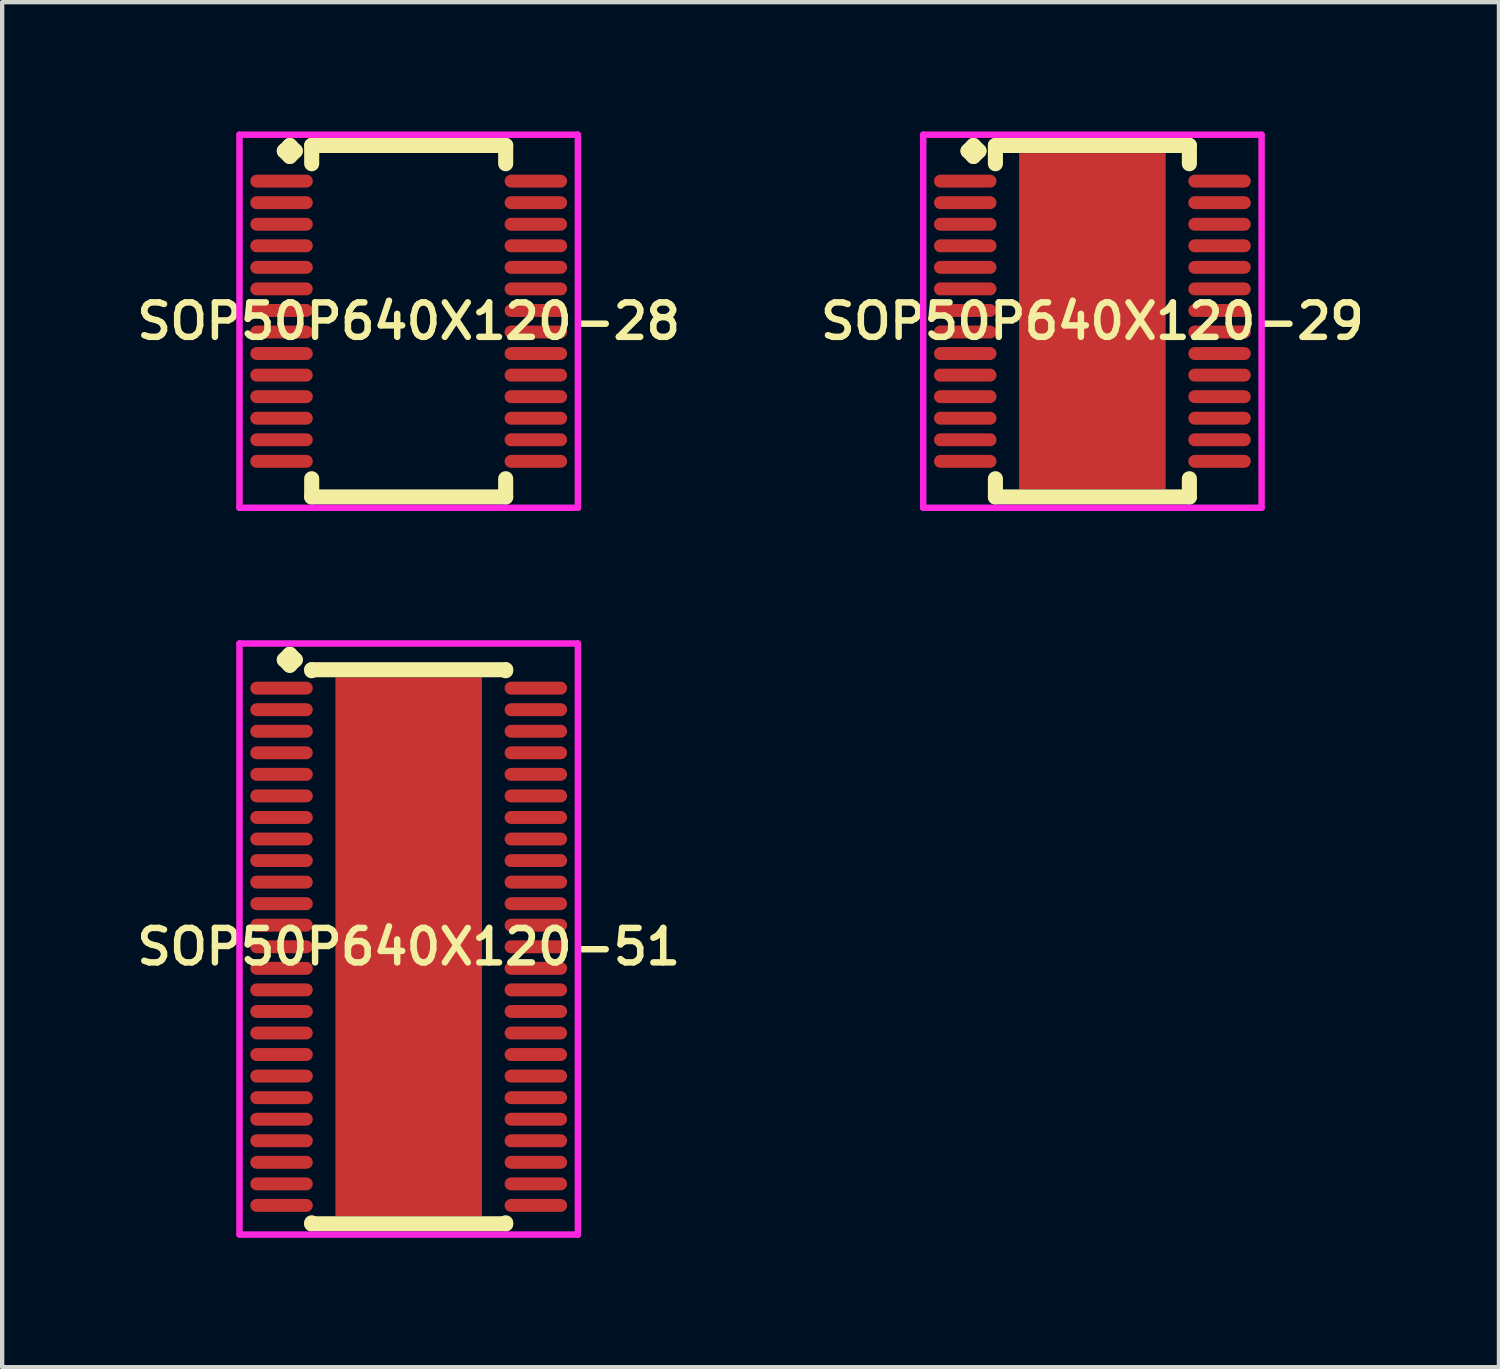
<source format=kicad_pcb>
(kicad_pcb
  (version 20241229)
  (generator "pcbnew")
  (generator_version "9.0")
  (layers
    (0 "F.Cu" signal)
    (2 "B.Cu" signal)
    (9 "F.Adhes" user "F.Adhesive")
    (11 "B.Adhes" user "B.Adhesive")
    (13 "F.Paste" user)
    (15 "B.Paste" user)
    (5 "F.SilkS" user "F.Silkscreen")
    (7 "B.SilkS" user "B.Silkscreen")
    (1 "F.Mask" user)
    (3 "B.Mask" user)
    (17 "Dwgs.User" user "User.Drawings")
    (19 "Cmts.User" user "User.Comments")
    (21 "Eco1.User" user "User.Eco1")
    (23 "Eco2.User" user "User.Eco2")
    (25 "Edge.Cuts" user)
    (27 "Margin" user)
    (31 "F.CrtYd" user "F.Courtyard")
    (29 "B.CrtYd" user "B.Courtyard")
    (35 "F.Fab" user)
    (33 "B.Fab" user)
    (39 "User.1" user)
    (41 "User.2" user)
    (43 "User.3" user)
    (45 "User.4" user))
  (footprint "SOP50P640X120-29"
    (layer "F.Cu")
    (at 22.292 4.402)
    (property "Reference" "SOP50P640X120-29" (at 0 0 0) (layer "F.SilkS") (effects (font (size 0.8 0.8) (thickness 0.15))))
    (attr smd)
    (fp_line (start -2.885 -3.95) (end -2.758 -4.077) (stroke (width 0.35) (type solid)) (layer "F.SilkS"))
    (fp_line (start -2.758 -4.077) (end -2.631 -3.95) (stroke (width 0.35) (type solid)) (layer "F.SilkS"))
    (fp_line (start -2.758 -3.823) (end -2.885 -3.95) (stroke (width 0.35) (type solid)) (layer "F.SilkS"))
    (fp_line (start -2.631 -3.95) (end -2.758 -3.823) (stroke (width 0.35) (type solid)) (layer "F.SilkS"))
    (fp_line (start -2.25 -4.077) (end 2.25 -4.077) (stroke (width 0.35) (type solid)) (layer "F.SilkS"))
    (fp_line (start -2.25 -3.654) (end -2.25 -4.077) (stroke (width 0.35) (type solid)) (layer "F.SilkS"))
    (fp_line (start -2.25 3.654) (end -2.25 4.077) (stroke (width 0.35) (type solid)) (layer "F.SilkS"))
    (fp_line (start -2.25 4.077) (end 2.25 4.077) (stroke (width 0.35) (type solid)) (layer "F.SilkS"))
    (fp_line (start 2.25 -4.077) (end 2.25 -3.654) (stroke (width 0.35) (type solid)) (layer "F.SilkS"))
    (fp_line (start 2.25 4.077) (end 2.25 3.654) (stroke (width 0.35) (type solid)) (layer "F.SilkS"))
    (fp_line (start -3.925 -4.327) (end 3.925 -4.327) (stroke (width 0.15) (type solid)) (layer "F.CrtYd"))
    (fp_line (start -3.925 4.327) (end -3.925 -4.327) (stroke (width 0.15) (type solid)) (layer "F.CrtYd"))
    (fp_line (start 3.925 -4.327) (end 3.925 4.327) (stroke (width 0.15) (type solid)) (layer "F.CrtYd"))
    (fp_line (start 3.925 4.327) (end -3.925 4.327) (stroke (width 0.15) (type solid)) (layer "F.CrtYd"))
    (pad "1" smd oval (at -2.95 -3.25) (size 1.45 0.3) (layers "F.Cu" "F.Mask" "F.Paste"))
    (pad "2" smd oval (at -2.95 -2.75) (size 1.45 0.3) (layers "F.Cu" "F.Mask" "F.Paste"))
    (pad "3" smd oval (at -2.95 -2.25) (size 1.45 0.3) (layers "F.Cu" "F.Mask" "F.Paste"))
    (pad "4" smd oval (at -2.95 -1.75) (size 1.45 0.3) (layers "F.Cu" "F.Mask" "F.Paste"))
    (pad "5" smd oval (at -2.95 -1.25) (size 1.45 0.3) (layers "F.Cu" "F.Mask" "F.Paste"))
    (pad "6" smd oval (at -2.95 -0.75) (size 1.45 0.3) (layers "F.Cu" "F.Mask" "F.Paste"))
    (pad "7" smd oval (at -2.95 -0.25) (size 1.45 0.3) (layers "F.Cu" "F.Mask" "F.Paste"))
    (pad "8" smd oval (at -2.95 0.25) (size 1.45 0.3) (layers "F.Cu" "F.Mask" "F.Paste"))
    (pad "9" smd oval (at -2.95 0.75) (size 1.45 0.3) (layers "F.Cu" "F.Mask" "F.Paste"))
    (pad "10" smd oval (at -2.95 1.25) (size 1.45 0.3) (layers "F.Cu" "F.Mask" "F.Paste"))
    (pad "11" smd oval (at -2.95 1.75) (size 1.45 0.3) (layers "F.Cu" "F.Mask" "F.Paste"))
    (pad "12" smd oval (at -2.95 2.25) (size 1.45 0.3) (layers "F.Cu" "F.Mask" "F.Paste"))
    (pad "13" smd oval (at -2.95 2.75) (size 1.45 0.3) (layers "F.Cu" "F.Mask" "F.Paste"))
    (pad "14" smd oval (at -2.95 3.25) (size 1.45 0.3) (layers "F.Cu" "F.Mask" "F.Paste"))
    (pad "15" smd oval (at 2.95 3.25) (size 1.45 0.3) (layers "F.Cu" "F.Mask" "F.Paste"))
    (pad "16" smd oval (at 2.95 2.75) (size 1.45 0.3) (layers "F.Cu" "F.Mask" "F.Paste"))
    (pad "17" smd oval (at 2.95 2.25) (size 1.45 0.3) (layers "F.Cu" "F.Mask" "F.Paste"))
    (pad "18" smd oval (at 2.95 1.75) (size 1.45 0.3) (layers "F.Cu" "F.Mask" "F.Paste"))
    (pad "19" smd oval (at 2.95 1.25) (size 1.45 0.3) (layers "F.Cu" "F.Mask" "F.Paste"))
    (pad "20" smd oval (at 2.95 0.75) (size 1.45 0.3) (layers "F.Cu" "F.Mask" "F.Paste"))
    (pad "21" smd oval (at 2.95 0.25) (size 1.45 0.3) (layers "F.Cu" "F.Mask" "F.Paste"))
    (pad "22" smd oval (at 2.95 -0.25) (size 1.45 0.3) (layers "F.Cu" "F.Mask" "F.Paste"))
    (pad "23" smd oval (at 2.95 -0.75) (size 1.45 0.3) (layers "F.Cu" "F.Mask" "F.Paste"))
    (pad "24" smd oval (at 2.95 -1.25) (size 1.45 0.3) (layers "F.Cu" "F.Mask" "F.Paste"))
    (pad "25" smd oval (at 2.95 -1.75) (size 1.45 0.3) (layers "F.Cu" "F.Mask" "F.Paste"))
    (pad "26" smd oval (at 2.95 -2.25) (size 1.45 0.3) (layers "F.Cu" "F.Mask" "F.Paste"))
    (pad "27" smd oval (at 2.95 -2.75) (size 1.45 0.3) (layers "F.Cu" "F.Mask" "F.Paste"))
    (pad "28" smd oval (at 2.95 -3.25) (size 1.45 0.3) (layers "F.Cu" "F.Mask" "F.Paste"))
    (pad "29" smd rect (at 0 0) (size 3.4 7.8) (layers "F.Cu" "F.Mask" "F.Paste")))
  (footprint "SOP50P640X120-51"
    (layer "F.Cu")
    (at 6.431 18.914)
    (property "Reference" "SOP50P640X120-51" (at 0 0 0) (layer "F.SilkS") (effects (font (size 0.8 0.8) (thickness 0.15))))
    (attr smd)
    (fp_line (start -2.885 -6.658) (end -2.758 -6.785) (stroke (width 0.35) (type solid)) (layer "F.SilkS"))
    (fp_line (start -2.758 -6.785) (end -2.631 -6.658) (stroke (width 0.35) (type solid)) (layer "F.SilkS"))
    (fp_line (start -2.758 -6.531) (end -2.885 -6.658) (stroke (width 0.35) (type solid)) (layer "F.SilkS"))
    (fp_line (start -2.631 -6.658) (end -2.758 -6.531) (stroke (width 0.35) (type solid)) (layer "F.SilkS"))
    (fp_line (start -2.25 -6.427) (end 2.25 -6.427) (stroke (width 0.35) (type solid)) (layer "F.SilkS"))
    (fp_line (start -2.25 -6.404) (end -2.25 -6.427) (stroke (width 0.35) (type solid)) (layer "F.SilkS"))
    (fp_line (start -2.25 6.404) (end -2.25 6.427) (stroke (width 0.35) (type solid)) (layer "F.SilkS"))
    (fp_line (start -2.25 6.427) (end 2.25 6.427) (stroke (width 0.35) (type solid)) (layer "F.SilkS"))
    (fp_line (start 2.25 -6.427) (end 2.25 -6.404) (stroke (width 0.35) (type solid)) (layer "F.SilkS"))
    (fp_line (start 2.25 6.427) (end 2.25 6.404) (stroke (width 0.35) (type solid)) (layer "F.SilkS"))
    (fp_line (start -3.925 -7.035) (end 3.925 -7.035) (stroke (width 0.15) (type solid)) (layer "F.CrtYd"))
    (fp_line (start -3.925 6.677) (end -3.925 -7.035) (stroke (width 0.15) (type solid)) (layer "F.CrtYd"))
    (fp_line (start 3.925 -7.035) (end 3.925 6.677) (stroke (width 0.15) (type solid)) (layer "F.CrtYd"))
    (fp_line (start 3.925 6.677) (end -3.925 6.677) (stroke (width 0.15) (type solid)) (layer "F.CrtYd"))
    (pad "1" smd oval (at -2.95 -6) (size 1.45 0.3) (layers "F.Cu" "F.Mask" "F.Paste"))
    (pad "2" smd oval (at -2.95 -5.5) (size 1.45 0.3) (layers "F.Cu" "F.Mask" "F.Paste"))
    (pad "3" smd oval (at -2.95 -5) (size 1.45 0.3) (layers "F.Cu" "F.Mask" "F.Paste"))
    (pad "4" smd oval (at -2.95 -4.5) (size 1.45 0.3) (layers "F.Cu" "F.Mask" "F.Paste"))
    (pad "5" smd oval (at -2.95 -4) (size 1.45 0.3) (layers "F.Cu" "F.Mask" "F.Paste"))
    (pad "6" smd oval (at -2.95 -3.5) (size 1.45 0.3) (layers "F.Cu" "F.Mask" "F.Paste"))
    (pad "7" smd oval (at -2.95 -3) (size 1.45 0.3) (layers "F.Cu" "F.Mask" "F.Paste"))
    (pad "8" smd oval (at -2.95 -2.5) (size 1.45 0.3) (layers "F.Cu" "F.Mask" "F.Paste"))
    (pad "9" smd oval (at -2.95 -2) (size 1.45 0.3) (layers "F.Cu" "F.Mask" "F.Paste"))
    (pad "10" smd oval (at -2.95 -1.5) (size 1.45 0.3) (layers "F.Cu" "F.Mask" "F.Paste"))
    (pad "11" smd oval (at -2.95 -1) (size 1.45 0.3) (layers "F.Cu" "F.Mask" "F.Paste"))
    (pad "12" smd oval (at -2.95 -0.5) (size 1.45 0.3) (layers "F.Cu" "F.Mask" "F.Paste"))
    (pad "13" smd oval (at -2.95 0) (size 1.45 0.3) (layers "F.Cu" "F.Mask" "F.Paste"))
    (pad "14" smd oval (at -2.95 0.5) (size 1.45 0.3) (layers "F.Cu" "F.Mask" "F.Paste"))
    (pad "15" smd oval (at -2.95 1) (size 1.45 0.3) (layers "F.Cu" "F.Mask" "F.Paste"))
    (pad "16" smd oval (at -2.95 1.5) (size 1.45 0.3) (layers "F.Cu" "F.Mask" "F.Paste"))
    (pad "17" smd oval (at -2.95 2) (size 1.45 0.3) (layers "F.Cu" "F.Mask" "F.Paste"))
    (pad "18" smd oval (at -2.95 2.5) (size 1.45 0.3) (layers "F.Cu" "F.Mask" "F.Paste"))
    (pad "19" smd oval (at -2.95 3) (size 1.45 0.3) (layers "F.Cu" "F.Mask" "F.Paste"))
    (pad "20" smd oval (at -2.95 3.5) (size 1.45 0.3) (layers "F.Cu" "F.Mask" "F.Paste"))
    (pad "21" smd oval (at -2.95 4) (size 1.45 0.3) (layers "F.Cu" "F.Mask" "F.Paste"))
    (pad "22" smd oval (at -2.95 4.5) (size 1.45 0.3) (layers "F.Cu" "F.Mask" "F.Paste"))
    (pad "23" smd oval (at -2.95 5) (size 1.45 0.3) (layers "F.Cu" "F.Mask" "F.Paste"))
    (pad "24" smd oval (at -2.95 5.5) (size 1.45 0.3) (layers "F.Cu" "F.Mask" "F.Paste"))
    (pad "25" smd oval (at -2.95 6) (size 1.45 0.3) (layers "F.Cu" "F.Mask" "F.Paste"))
    (pad "26" smd oval (at 2.95 6) (size 1.45 0.3) (layers "F.Cu" "F.Mask" "F.Paste"))
    (pad "27" smd oval (at 2.95 5.5) (size 1.45 0.3) (layers "F.Cu" "F.Mask" "F.Paste"))
    (pad "28" smd oval (at 2.95 5) (size 1.45 0.3) (layers "F.Cu" "F.Mask" "F.Paste"))
    (pad "29" smd oval (at 2.95 4.5) (size 1.45 0.3) (layers "F.Cu" "F.Mask" "F.Paste"))
    (pad "30" smd oval (at 2.95 4) (size 1.45 0.3) (layers "F.Cu" "F.Mask" "F.Paste"))
    (pad "31" smd oval (at 2.95 3.5) (size 1.45 0.3) (layers "F.Cu" "F.Mask" "F.Paste"))
    (pad "32" smd oval (at 2.95 3) (size 1.45 0.3) (layers "F.Cu" "F.Mask" "F.Paste"))
    (pad "33" smd oval (at 2.95 2.5) (size 1.45 0.3) (layers "F.Cu" "F.Mask" "F.Paste"))
    (pad "34" smd oval (at 2.95 2) (size 1.45 0.3) (layers "F.Cu" "F.Mask" "F.Paste"))
    (pad "35" smd oval (at 2.95 1.5) (size 1.45 0.3) (layers "F.Cu" "F.Mask" "F.Paste"))
    (pad "36" smd oval (at 2.95 1) (size 1.45 0.3) (layers "F.Cu" "F.Mask" "F.Paste"))
    (pad "37" smd oval (at 2.95 0.5) (size 1.45 0.3) (layers "F.Cu" "F.Mask" "F.Paste"))
    (pad "38" smd oval (at 2.95 0) (size 1.45 0.3) (layers "F.Cu" "F.Mask" "F.Paste"))
    (pad "39" smd oval (at 2.95 -0.5) (size 1.45 0.3) (layers "F.Cu" "F.Mask" "F.Paste"))
    (pad "40" smd oval (at 2.95 -1) (size 1.45 0.3) (layers "F.Cu" "F.Mask" "F.Paste"))
    (pad "41" smd oval (at 2.95 -1.5) (size 1.45 0.3) (layers "F.Cu" "F.Mask" "F.Paste"))
    (pad "42" smd oval (at 2.95 -2) (size 1.45 0.3) (layers "F.Cu" "F.Mask" "F.Paste"))
    (pad "43" smd oval (at 2.95 -2.5) (size 1.45 0.3) (layers "F.Cu" "F.Mask" "F.Paste"))
    (pad "44" smd oval (at 2.95 -3) (size 1.45 0.3) (layers "F.Cu" "F.Mask" "F.Paste"))
    (pad "45" smd oval (at 2.95 -3.5) (size 1.45 0.3) (layers "F.Cu" "F.Mask" "F.Paste"))
    (pad "46" smd oval (at 2.95 -4) (size 1.45 0.3) (layers "F.Cu" "F.Mask" "F.Paste"))
    (pad "47" smd oval (at 2.95 -4.5) (size 1.45 0.3) (layers "F.Cu" "F.Mask" "F.Paste"))
    (pad "48" smd oval (at 2.95 -5) (size 1.45 0.3) (layers "F.Cu" "F.Mask" "F.Paste"))
    (pad "49" smd oval (at 2.95 -5.5) (size 1.45 0.3) (layers "F.Cu" "F.Mask" "F.Paste"))
    (pad "50" smd oval (at 2.95 -6) (size 1.45 0.3) (layers "F.Cu" "F.Mask" "F.Paste"))
    (pad "51" smd rect (at 0 0) (size 3.4 12.5) (layers "F.Cu" "F.Mask" "F.Paste")))
  (footprint "SOP50P640X120-28"
    (layer "F.Cu")
    (at 6.431 4.402)
    (property "Reference" "SOP50P640X120-28" (at 0 0 0) (layer "F.SilkS") (effects (font (size 0.8 0.8) (thickness 0.15))))
    (attr smd)
    (fp_line (start -2.885 -3.95) (end -2.758 -4.077) (stroke (width 0.35) (type solid)) (layer "F.SilkS"))
    (fp_line (start -2.758 -4.077) (end -2.631 -3.95) (stroke (width 0.35) (type solid)) (layer "F.SilkS"))
    (fp_line (start -2.758 -3.823) (end -2.885 -3.95) (stroke (width 0.35) (type solid)) (layer "F.SilkS"))
    (fp_line (start -2.631 -3.95) (end -2.758 -3.823) (stroke (width 0.35) (type solid)) (layer "F.SilkS"))
    (fp_line (start -2.25 -4.077) (end 2.25 -4.077) (stroke (width 0.35) (type solid)) (layer "F.SilkS"))
    (fp_line (start -2.25 -3.654) (end -2.25 -4.077) (stroke (width 0.35) (type solid)) (layer "F.SilkS"))
    (fp_line (start -2.25 3.654) (end -2.25 4.077) (stroke (width 0.35) (type solid)) (layer "F.SilkS"))
    (fp_line (start -2.25 4.077) (end 2.25 4.077) (stroke (width 0.35) (type solid)) (layer "F.SilkS"))
    (fp_line (start 2.25 -4.077) (end 2.25 -3.654) (stroke (width 0.35) (type solid)) (layer "F.SilkS"))
    (fp_line (start 2.25 4.077) (end 2.25 3.654) (stroke (width 0.35) (type solid)) (layer "F.SilkS"))
    (fp_line (start -3.925 -4.327) (end 3.925 -4.327) (stroke (width 0.15) (type solid)) (layer "F.CrtYd"))
    (fp_line (start -3.925 4.327) (end -3.925 -4.327) (stroke (width 0.15) (type solid)) (layer "F.CrtYd"))
    (fp_line (start 3.925 -4.327) (end 3.925 4.327) (stroke (width 0.15) (type solid)) (layer "F.CrtYd"))
    (fp_line (start 3.925 4.327) (end -3.925 4.327) (stroke (width 0.15) (type solid)) (layer "F.CrtYd"))
    (pad "1" smd oval (at -2.95 -3.25) (size 1.45 0.3) (layers "F.Cu" "F.Mask" "F.Paste"))
    (pad "2" smd oval (at -2.95 -2.75) (size 1.45 0.3) (layers "F.Cu" "F.Mask" "F.Paste"))
    (pad "3" smd oval (at -2.95 -2.25) (size 1.45 0.3) (layers "F.Cu" "F.Mask" "F.Paste"))
    (pad "4" smd oval (at -2.95 -1.75) (size 1.45 0.3) (layers "F.Cu" "F.Mask" "F.Paste"))
    (pad "5" smd oval (at -2.95 -1.25) (size 1.45 0.3) (layers "F.Cu" "F.Mask" "F.Paste"))
    (pad "6" smd oval (at -2.95 -0.75) (size 1.45 0.3) (layers "F.Cu" "F.Mask" "F.Paste"))
    (pad "7" smd oval (at -2.95 -0.25) (size 1.45 0.3) (layers "F.Cu" "F.Mask" "F.Paste"))
    (pad "8" smd oval (at -2.95 0.25) (size 1.45 0.3) (layers "F.Cu" "F.Mask" "F.Paste"))
    (pad "9" smd oval (at -2.95 0.75) (size 1.45 0.3) (layers "F.Cu" "F.Mask" "F.Paste"))
    (pad "10" smd oval (at -2.95 1.25) (size 1.45 0.3) (layers "F.Cu" "F.Mask" "F.Paste"))
    (pad "11" smd oval (at -2.95 1.75) (size 1.45 0.3) (layers "F.Cu" "F.Mask" "F.Paste"))
    (pad "12" smd oval (at -2.95 2.25) (size 1.45 0.3) (layers "F.Cu" "F.Mask" "F.Paste"))
    (pad "13" smd oval (at -2.95 2.75) (size 1.45 0.3) (layers "F.Cu" "F.Mask" "F.Paste"))
    (pad "14" smd oval (at -2.95 3.25) (size 1.45 0.3) (layers "F.Cu" "F.Mask" "F.Paste"))
    (pad "15" smd oval (at 2.95 3.25) (size 1.45 0.3) (layers "F.Cu" "F.Mask" "F.Paste"))
    (pad "16" smd oval (at 2.95 2.75) (size 1.45 0.3) (layers "F.Cu" "F.Mask" "F.Paste"))
    (pad "17" smd oval (at 2.95 2.25) (size 1.45 0.3) (layers "F.Cu" "F.Mask" "F.Paste"))
    (pad "18" smd oval (at 2.95 1.75) (size 1.45 0.3) (layers "F.Cu" "F.Mask" "F.Paste"))
    (pad "19" smd oval (at 2.95 1.25) (size 1.45 0.3) (layers "F.Cu" "F.Mask" "F.Paste"))
    (pad "20" smd oval (at 2.95 0.75) (size 1.45 0.3) (layers "F.Cu" "F.Mask" "F.Paste"))
    (pad "21" smd oval (at 2.95 0.25) (size 1.45 0.3) (layers "F.Cu" "F.Mask" "F.Paste"))
    (pad "22" smd oval (at 2.95 -0.25) (size 1.45 0.3) (layers "F.Cu" "F.Mask" "F.Paste"))
    (pad "23" smd oval (at 2.95 -0.75) (size 1.45 0.3) (layers "F.Cu" "F.Mask" "F.Paste"))
    (pad "24" smd oval (at 2.95 -1.25) (size 1.45 0.3) (layers "F.Cu" "F.Mask" "F.Paste"))
    (pad "25" smd oval (at 2.95 -1.75) (size 1.45 0.3) (layers "F.Cu" "F.Mask" "F.Paste"))
    (pad "26" smd oval (at 2.95 -2.25) (size 1.45 0.3) (layers "F.Cu" "F.Mask" "F.Paste"))
    (pad "27" smd oval (at 2.95 -2.75) (size 1.45 0.3) (layers "F.Cu" "F.Mask" "F.Paste"))
    (pad "28" smd oval (at 2.95 -3.25) (size 1.45 0.3) (layers "F.Cu" "F.Mask" "F.Paste")))
  (gr_rect
    (start -3 -3)
    (end 31.723 28.666)
    (stroke (width 0.1) (type default))
    (fill no)
    (layer "Edge.Cuts")))
</source>
